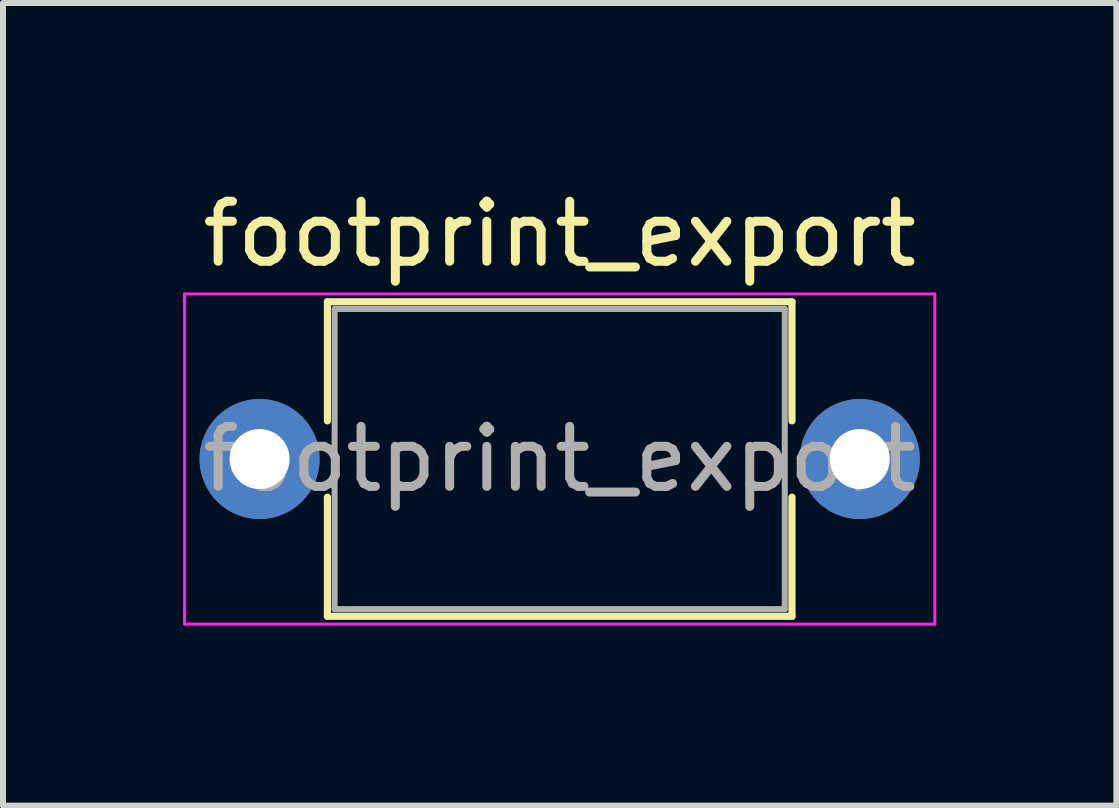
<source format=kicad_pcb>
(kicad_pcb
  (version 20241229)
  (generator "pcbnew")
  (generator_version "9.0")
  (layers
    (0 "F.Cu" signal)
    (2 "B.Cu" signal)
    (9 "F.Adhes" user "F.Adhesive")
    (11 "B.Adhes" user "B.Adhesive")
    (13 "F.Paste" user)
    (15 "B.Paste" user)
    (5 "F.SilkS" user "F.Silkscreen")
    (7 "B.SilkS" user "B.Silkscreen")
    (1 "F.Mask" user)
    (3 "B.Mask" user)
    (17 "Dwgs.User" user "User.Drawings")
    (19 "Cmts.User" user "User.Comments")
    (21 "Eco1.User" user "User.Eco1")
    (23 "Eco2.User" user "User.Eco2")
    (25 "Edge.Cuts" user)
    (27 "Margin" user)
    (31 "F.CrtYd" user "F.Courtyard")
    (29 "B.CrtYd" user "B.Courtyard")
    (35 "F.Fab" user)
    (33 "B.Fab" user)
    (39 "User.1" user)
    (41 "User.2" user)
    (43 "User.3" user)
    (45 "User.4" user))
  (footprint "footprint_export"
    (layer "F.Cu")
    (at 1.275 4.598)
    (property "Reference" "footprint_export" (at 5 -3.75 0) (layer "F.SilkS") (effects (font (size 1 1) (thickness 0.15))))
    (attr through_hole)
    (fp_line (start 1.13 -2.62) (end 1.13 -0.636) (stroke (width 0.12) (type solid)) (layer "F.SilkS"))
    (fp_line (start 1.13 -2.62) (end 8.87 -2.62) (stroke (width 0.12) (type solid)) (layer "F.SilkS"))
    (fp_line (start 1.13 0.636) (end 1.13 2.62) (stroke (width 0.12) (type solid)) (layer "F.SilkS"))
    (fp_line (start 1.13 2.62) (end 8.87 2.62) (stroke (width 0.12) (type solid)) (layer "F.SilkS"))
    (fp_line (start 8.87 -2.62) (end 8.87 -0.636) (stroke (width 0.12) (type solid)) (layer "F.SilkS"))
    (fp_line (start 8.87 0.636) (end 8.87 2.62) (stroke (width 0.12) (type solid)) (layer "F.SilkS"))
    (fp_line (start -1.25 -2.75) (end -1.25 2.75) (stroke (width 0.05) (type solid)) (layer "F.CrtYd"))
    (fp_line (start -1.25 2.75) (end 11.25 2.75) (stroke (width 0.05) (type solid)) (layer "F.CrtYd"))
    (fp_line (start 11.25 -2.75) (end -1.25 -2.75) (stroke (width 0.05) (type solid)) (layer "F.CrtYd"))
    (fp_line (start 11.25 2.75) (end 11.25 -2.75) (stroke (width 0.05) (type solid)) (layer "F.CrtYd"))
    (fp_line (start 1.25 -2.5) (end 1.25 2.5) (stroke (width 0.1) (type solid)) (layer "F.Fab"))
    (fp_line (start 1.25 2.5) (end 8.75 2.5) (stroke (width 0.1) (type solid)) (layer "F.Fab"))
    (fp_line (start 8.75 -2.5) (end 1.25 -2.5) (stroke (width 0.1) (type solid)) (layer "F.Fab"))
    (fp_line (start 8.75 2.5) (end 8.75 -2.5) (stroke (width 0.1) (type solid)) (layer "F.Fab"))
    (fp_text user "${REFERENCE}" (at 5 0 0) (layer "F.Fab") (effects (font (size 1 1) (thickness 0.15))))
    (pad "1" thru_hole circle (at 0 0) (size 2 2) (drill 1) (layers "*.Cu" "*.Mask"))
    (pad "2" thru_hole circle (at 10 0) (size 2 2) (drill 1) (layers "*.Cu" "*.Mask")))
  (gr_rect
    (start -3 -3)
    (end 15.55 10.373)
    (stroke (width 0.1) (type default))
    (fill no)
    (layer "Edge.Cuts")))
</source>
